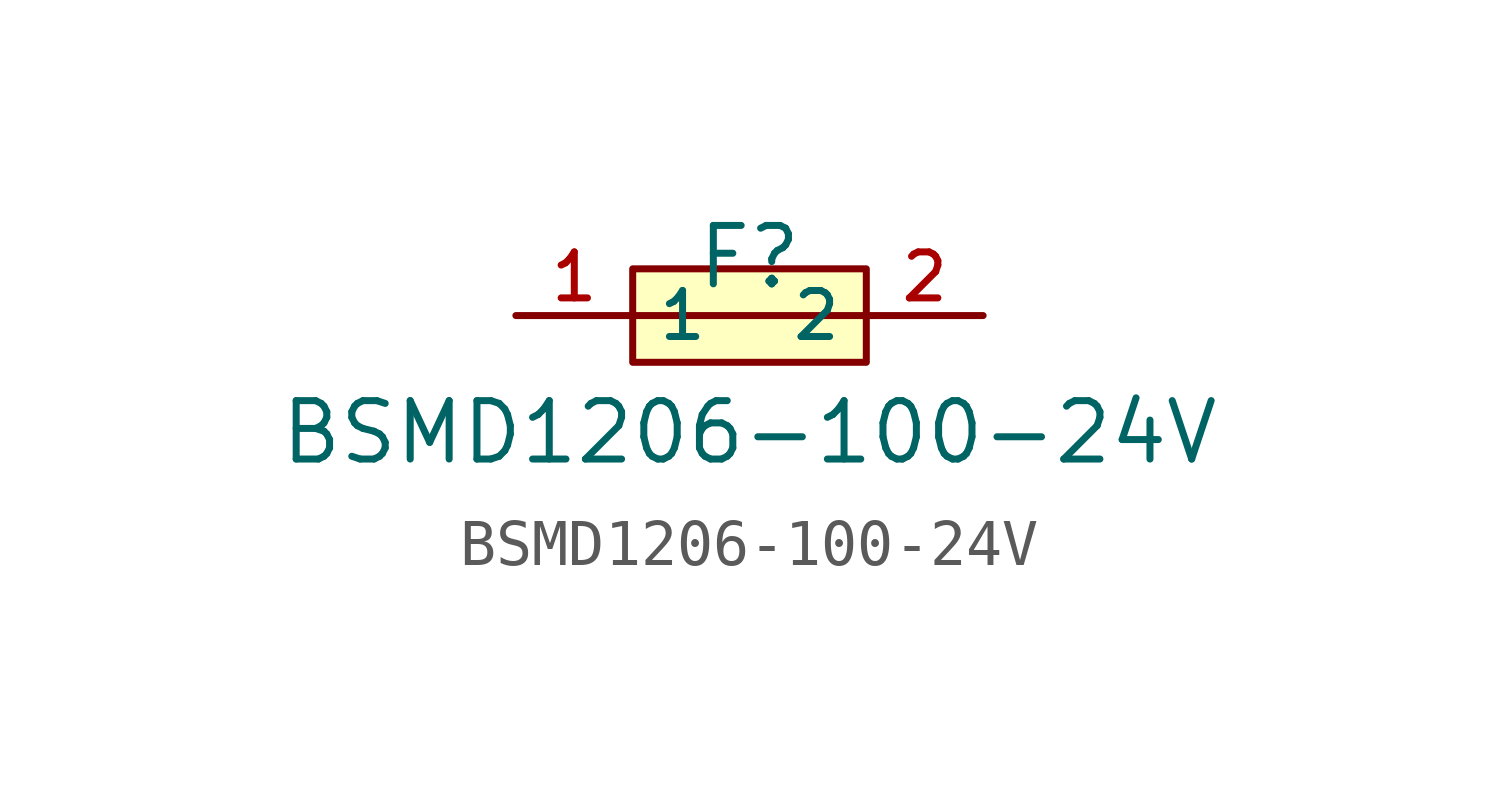
<source format=kicad_sym>
(kicad_symbol_lib
  (version 20210201)
  (generator TousstNicolas/JLC2KiCad_lib)
  (symbol "BSMD1206-100-24V"
    (property "Reference" "F"
      (at 0 1.27 0)
      (effects (font (size 1.27 1.27))))
    (property "Value" "BSMD1206-100-24V"
      (at 0 -2.54 0)
      (effects (font (size 1.27 1.27))))
    (symbol "BSMD1206-100-24V_0_1"
      (rectangle (start -2.54 1.016) (end 2.54 -1.016) (stroke (width 0) (type default) (color 0 0 0 0)) (fill (type background)))
      (pin unspecified line (at 5.08 -0.0 180) (length 2.54) (name "2" (effects (font (size 1 1)))) (number "2" (effects (font (size 1 1)))))
      (pin unspecified line (at -5.08 -0.0 0) (length 2.54) (name "1" (effects (font (size 1 1)))) (number "1" (effects (font (size 1 1)))))
      (polyline (pts (xy -2.54 -0.0) (xy 2.54 -0.0)) (stroke (width 0) (type default) (color 0 0 0 0)) (fill (type none))))))
</source>
